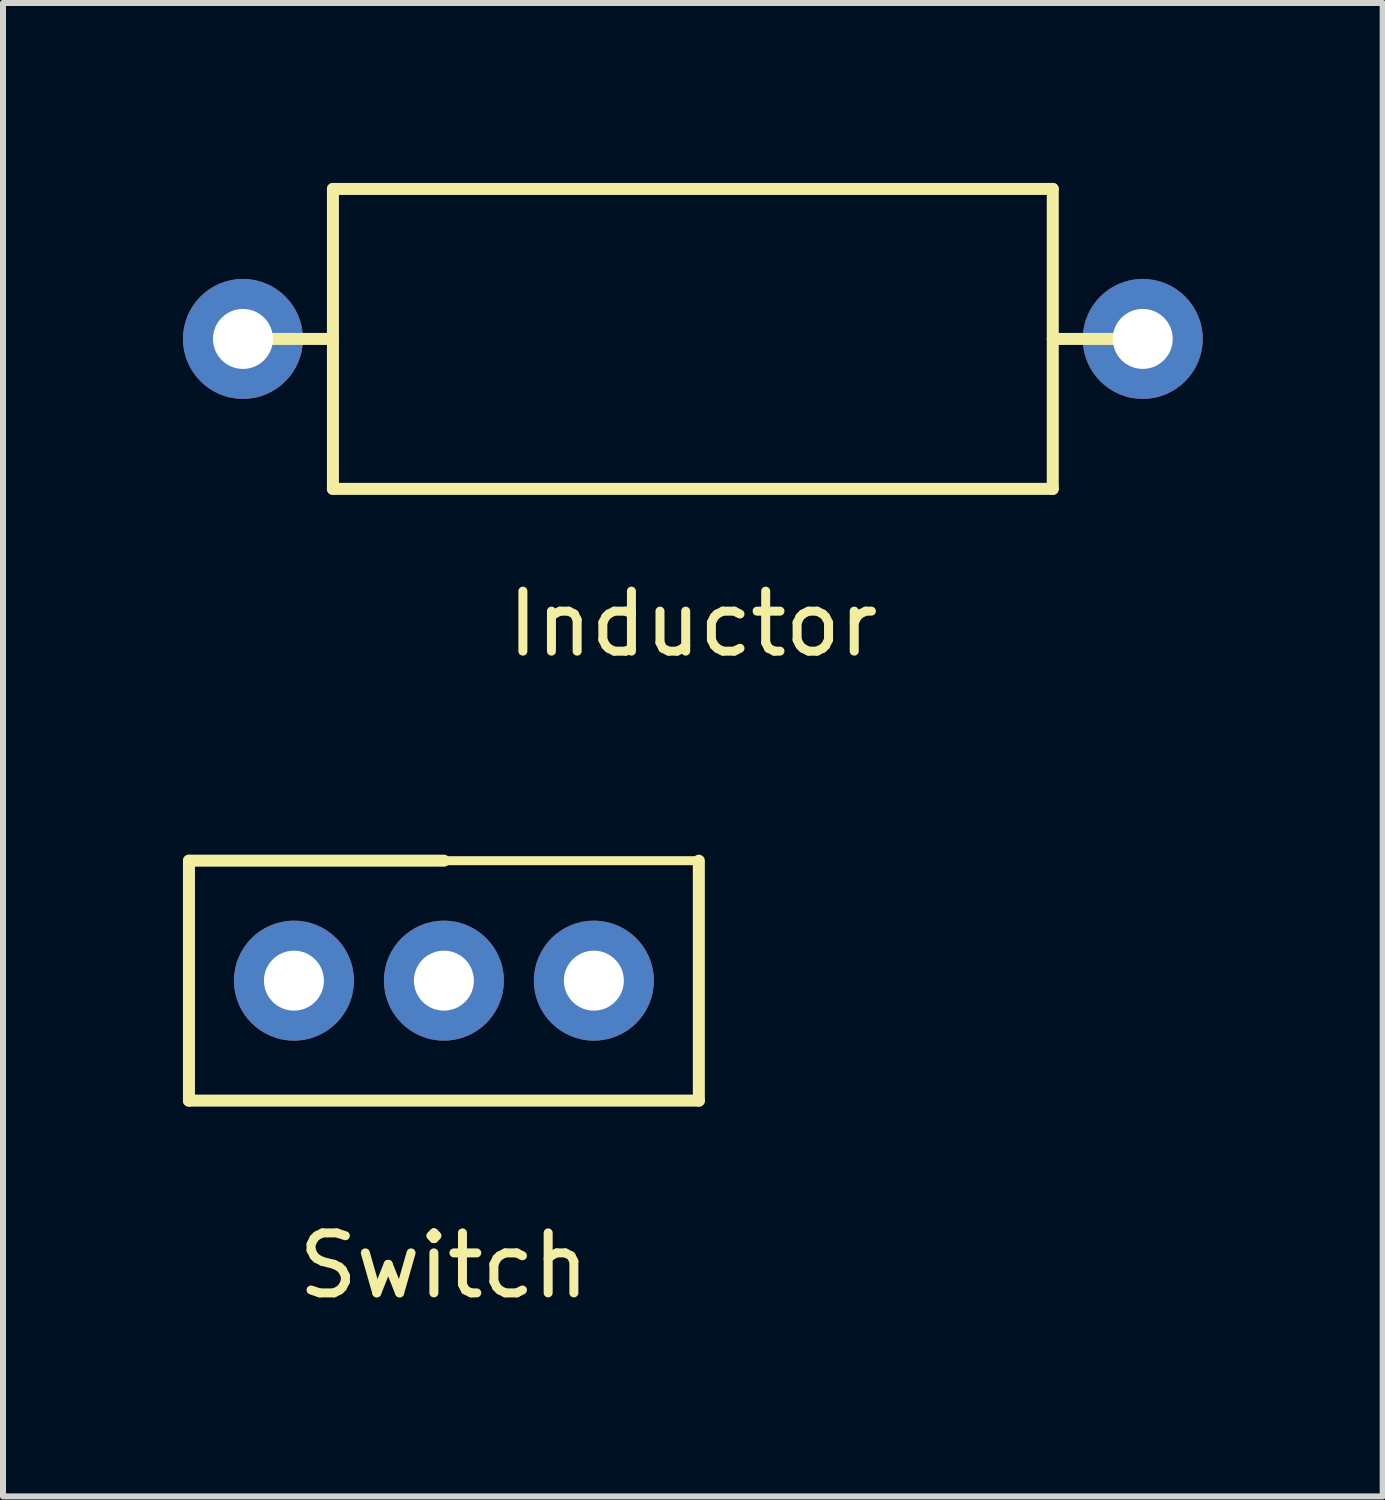
<source format=kicad_pcb>
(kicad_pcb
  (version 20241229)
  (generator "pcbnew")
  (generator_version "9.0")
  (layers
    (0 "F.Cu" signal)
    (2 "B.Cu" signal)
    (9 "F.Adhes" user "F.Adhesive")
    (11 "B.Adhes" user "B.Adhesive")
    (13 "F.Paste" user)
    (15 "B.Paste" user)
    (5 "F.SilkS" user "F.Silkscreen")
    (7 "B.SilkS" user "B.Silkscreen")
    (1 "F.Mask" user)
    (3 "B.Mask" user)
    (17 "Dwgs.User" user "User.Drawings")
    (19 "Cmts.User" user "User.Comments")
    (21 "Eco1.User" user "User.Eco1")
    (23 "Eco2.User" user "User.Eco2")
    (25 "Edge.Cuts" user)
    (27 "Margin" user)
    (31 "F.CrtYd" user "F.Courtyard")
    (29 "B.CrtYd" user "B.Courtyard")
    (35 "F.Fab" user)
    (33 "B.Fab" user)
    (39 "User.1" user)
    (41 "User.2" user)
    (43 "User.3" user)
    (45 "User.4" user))
  (footprint "Inductor"
    (layer "F.Cu")
    (at 8.5 2.6)
    (property "Reference" "Inductor" (at 0 4.75 0) (layer "F.SilkS") (effects (font (size 1 1) (thickness 0.15))))
    (attr through_hole)
    (fp_line (start -6 -2.5) (end 6 -2.5) (stroke (width 0.2) (type solid)) (layer "F.SilkS"))
    (fp_line (start -6 0) (end -7.5 0) (stroke (width 0.2) (type solid)) (layer "F.SilkS"))
    (fp_line (start -6 2.5) (end -6 -2.5) (stroke (width 0.2) (type solid)) (layer "F.SilkS"))
    (fp_line (start 6 -2.5) (end 6 2.5) (stroke (width 0.2) (type solid)) (layer "F.SilkS"))
    (fp_line (start 6 0) (end 7.5 0) (stroke (width 0.2) (type solid)) (layer "F.SilkS"))
    (fp_line (start 6 2.5) (end -6 2.5) (stroke (width 0.2) (type solid)) (layer "F.SilkS"))
    (pad "4" thru_hole circle (at 7.5 0) (size 2 2) (drill 1) (layers "*.Cu" "*.Mask"))
    (pad "5" thru_hole circle (at -7.5 0) (size 2 2) (drill 1) (layers "*.Cu" "*.Mask")))
  (footprint "Switch"
    (layer "F.Cu")
    (at 4.35 13.298)
    (property "Reference" "Switch" (at 0 4.75 0) (layer "F.SilkS") (effects (font (size 1 1) (thickness 0.15))))
    (attr through_hole)
    (fp_line (start -4.25 -2) (end 0 -2) (stroke (width 0.2) (type solid)) (layer "F.SilkS"))
    (fp_line (start -4.25 2) (end -4.25 -2) (stroke (width 0.2) (type solid)) (layer "F.SilkS"))
    (fp_line (start 0 -2) (end 4.25 -2) (stroke (width 0.15) (type solid)) (layer "F.SilkS"))
    (fp_line (start 4.25 -2) (end 4.25 2) (stroke (width 0.2) (type solid)) (layer "F.SilkS"))
    (fp_line (start 4.25 2) (end -4.25 2) (stroke (width 0.2) (type solid)) (layer "F.SilkS"))
    (pad "1" thru_hole circle (at -2.5 0) (size 2 2) (drill 1) (layers "*.Cu" "*.Mask"))
    (pad "2" thru_hole circle (at 0 0) (size 2 2) (drill 1) (layers "*.Cu" "*.Mask"))
    (pad "3" thru_hole circle (at 2.5 0) (size 2 2) (drill 1) (layers "*.Cu" "*.Mask")))
  (gr_rect
    (start -3 -3)
    (end 20 21.896)
    (stroke (width 0.1) (type default))
    (fill no)
    (layer "Edge.Cuts")))
</source>
